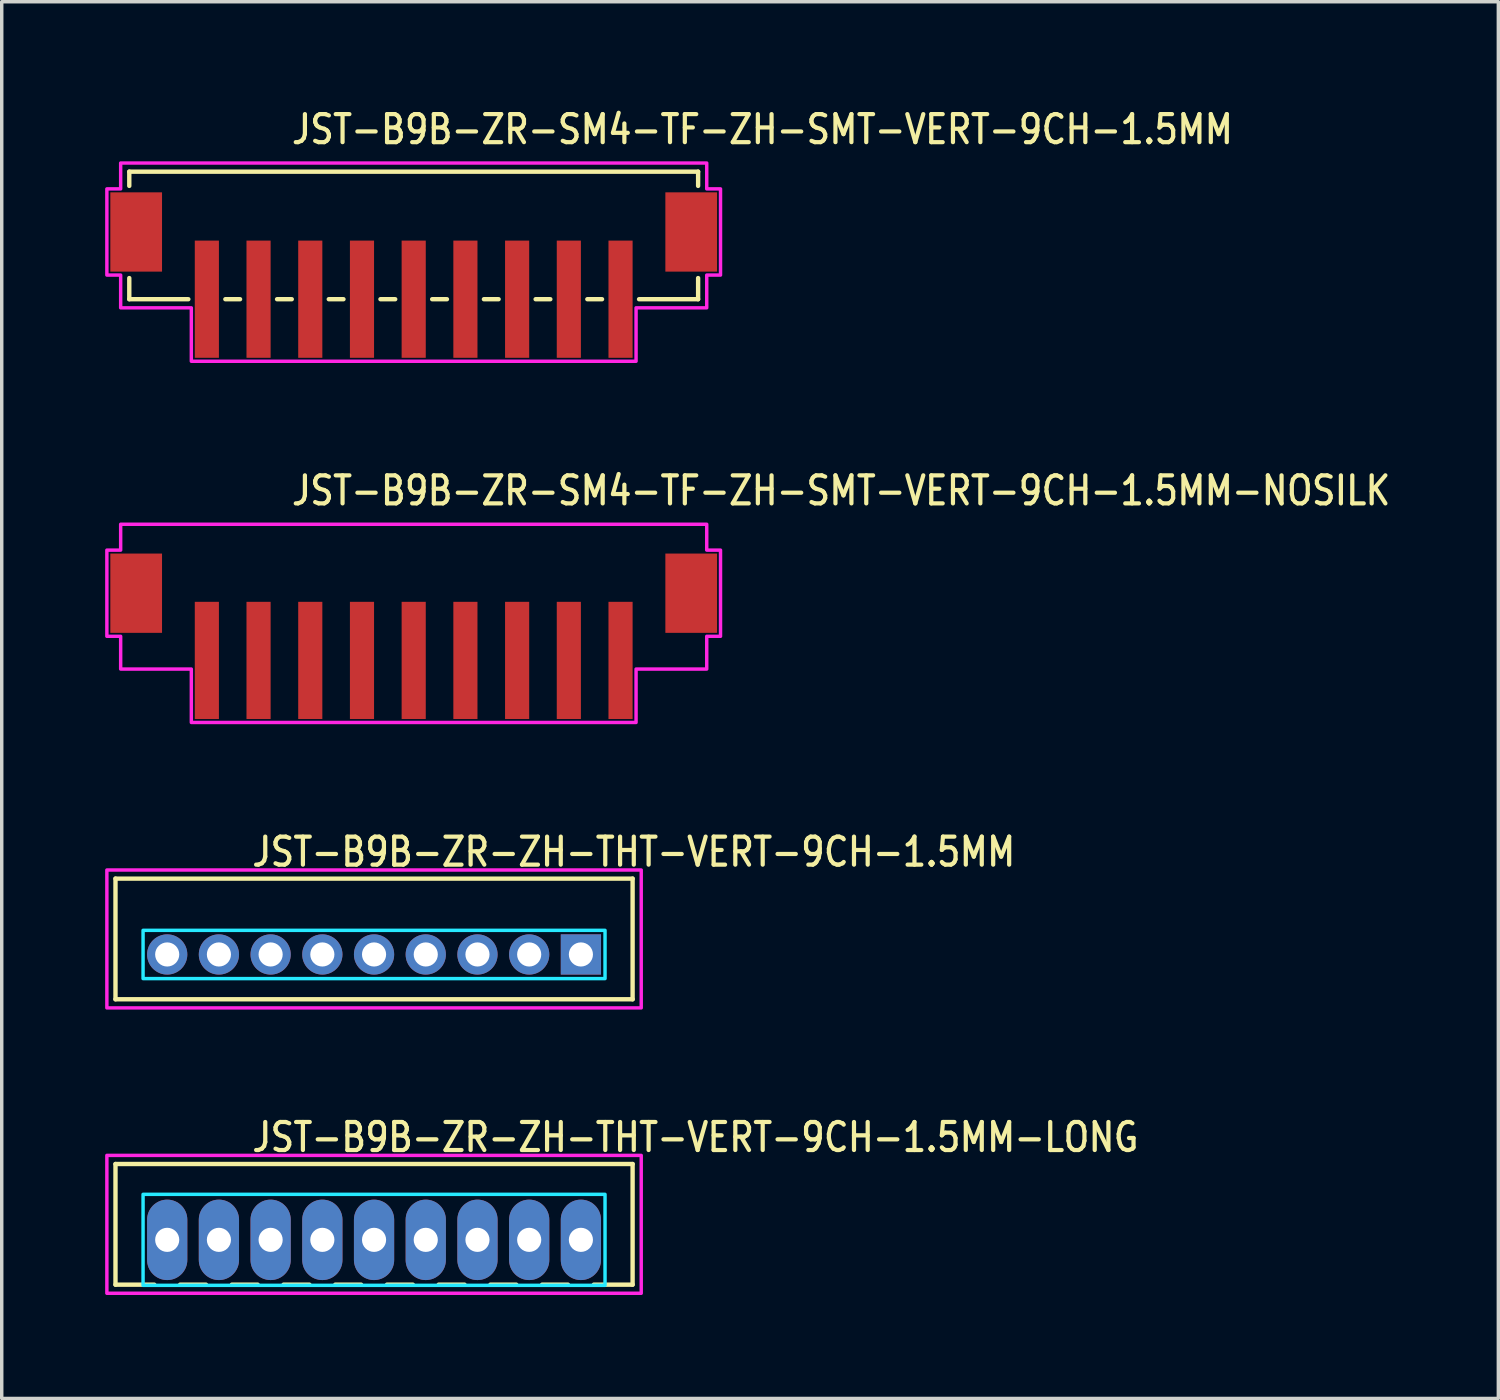
<source format=kicad_pcb>
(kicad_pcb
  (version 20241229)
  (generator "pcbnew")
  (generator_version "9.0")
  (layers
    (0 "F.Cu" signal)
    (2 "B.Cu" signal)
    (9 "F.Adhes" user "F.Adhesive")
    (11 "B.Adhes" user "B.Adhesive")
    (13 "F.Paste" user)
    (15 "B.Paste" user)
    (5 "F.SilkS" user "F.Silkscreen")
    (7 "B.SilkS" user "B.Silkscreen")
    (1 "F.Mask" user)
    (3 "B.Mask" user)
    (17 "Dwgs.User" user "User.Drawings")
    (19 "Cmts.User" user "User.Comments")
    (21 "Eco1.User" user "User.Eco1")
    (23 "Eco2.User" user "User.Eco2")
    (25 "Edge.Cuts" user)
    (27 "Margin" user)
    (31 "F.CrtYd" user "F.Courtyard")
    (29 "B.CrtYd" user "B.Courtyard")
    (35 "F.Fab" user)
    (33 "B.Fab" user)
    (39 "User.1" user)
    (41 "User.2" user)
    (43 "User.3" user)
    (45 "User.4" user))
  (footprint "JST-B9B-ZR-ZH-THT-VERT-9CH-1.5MM-LONG"
    (layer "F.Cu")
    (at 7.8 32.914)
    (property "Reference" "JST-B9B-ZR-ZH-THT-VERT-9CH-1.5MM-LONG" (at -3.6 -2.5 0) (unlocked yes) (layer "F.SilkS") (effects (font (size 0.813 0.695) (thickness 0.122)) (justify left bottom)))
    (fp_line (start -7.5 -2.2) (end 7.5 -2.2) (stroke (width 0.127) (type solid)) (layer "F.SilkS"))
    (fp_line (start -7.5 1.3) (end -7.5 -2.2) (stroke (width 0.127) (type solid)) (layer "F.SilkS"))
    (fp_line (start -7.5 1.3) (end -6.375 1.3) (stroke (width 0.127) (type solid)) (layer "F.SilkS"))
    (fp_line (start -5.625 1.3) (end -4.875 1.3) (stroke (width 0.127) (type solid)) (layer "F.SilkS"))
    (fp_line (start -4.125 1.3) (end -3.375 1.3) (stroke (width 0.127) (type solid)) (layer "F.SilkS"))
    (fp_line (start -2.625 1.3) (end -1.875 1.3) (stroke (width 0.127) (type solid)) (layer "F.SilkS"))
    (fp_line (start -1.125 1.3) (end -0.375 1.3) (stroke (width 0.127) (type solid)) (layer "F.SilkS"))
    (fp_line (start 0.375 1.3) (end 1.125 1.3) (stroke (width 0.127) (type solid)) (layer "F.SilkS"))
    (fp_line (start 1.875 1.3) (end 2.625 1.3) (stroke (width 0.127) (type solid)) (layer "F.SilkS"))
    (fp_line (start 3.375 1.3) (end 4.125 1.3) (stroke (width 0.127) (type solid)) (layer "F.SilkS"))
    (fp_line (start 4.875 1.3) (end 5.625 1.3) (stroke (width 0.127) (type solid)) (layer "F.SilkS"))
    (fp_line (start 6.375 1.3) (end 7.5 1.3) (stroke (width 0.127) (type solid)) (layer "F.SilkS"))
    (fp_line (start 7.5 -2.2) (end 7.5 1.3) (stroke (width 0.127) (type solid)) (layer "F.SilkS"))
    (fp_poly (pts (xy -6.7 -1.32) (xy -6.7 1.32) (xy 6.7 1.32) (xy 6.7 -1.32)) (stroke (width 0.1) (type solid)) (fill no) (layer "B.CrtYd"))
    (fp_poly (pts (xy -7.75 -2.45) (xy -7.75 1.55) (xy 7.75 1.55) (xy 7.75 -2.45)) (stroke (width 0.1) (type solid)) (fill no) (layer "F.CrtYd"))
    (pad "1" thru_hole oval (at 6 0 90) (size 2.333 1.167) (drill 0.7) (layers "*.Cu" "*.Mask"))
    (pad "2" thru_hole oval (at 4.5 0 90) (size 2.333 1.167) (drill 0.7) (layers "*.Cu" "*.Mask"))
    (pad "3" thru_hole oval (at 3 0 90) (size 2.333 1.167) (drill 0.7) (layers "*.Cu" "*.Mask"))
    (pad "4" thru_hole oval (at 1.5 0 90) (size 2.333 1.167) (drill 0.7) (layers "*.Cu" "*.Mask"))
    (pad "5" thru_hole oval (at 0 0 90) (size 2.333 1.167) (drill 0.7) (layers "*.Cu" "*.Mask"))
    (pad "6" thru_hole oval (at -1.5 0 90) (size 2.333 1.167) (drill 0.7) (layers "*.Cu" "*.Mask"))
    (pad "7" thru_hole oval (at -3 0 90) (size 2.333 1.167) (drill 0.7) (layers "*.Cu" "*.Mask"))
    (pad "8" thru_hole oval (at -4.5 0 90) (size 2.333 1.167) (drill 0.7) (layers "*.Cu" "*.Mask"))
    (pad "9" thru_hole oval (at -6 0 90) (size 2.333 1.167) (drill 0.7) (layers "*.Cu" "*.Mask")))
  (footprint "JST-B9B-ZR-SM4-TF-ZH-SMT-VERT-9CH-1.5MM"
    (layer "F.Cu")
    (at 8.95 3.679)
    (property "Reference" "JST-B9B-ZR-SM4-TF-ZH-SMT-VERT-9CH-1.5MM" (at -3.6 -2.5 0) (unlocked yes) (layer "F.SilkS") (effects (font (size 0.813 0.695) (thickness 0.122)) (justify left bottom)))
    (fp_line (start -8.25 -1.75) (end -8.25 -1.337) (stroke (width 0.127) (type solid)) (layer "F.SilkS"))
    (fp_line (start -8.25 -1.75) (end 8.25 -1.75) (stroke (width 0.127) (type solid)) (layer "F.SilkS"))
    (fp_line (start -8.25 1.95) (end -8.25 1.337) (stroke (width 0.127) (type solid)) (layer "F.SilkS"))
    (fp_line (start -8.25 1.95) (end -6.537 1.95) (stroke (width 0.127) (type solid)) (layer "F.SilkS"))
    (fp_line (start -5.463 1.95) (end -5.037 1.95) (stroke (width 0.127) (type solid)) (layer "F.SilkS"))
    (fp_line (start -3.963 1.95) (end -3.537 1.95) (stroke (width 0.127) (type solid)) (layer "F.SilkS"))
    (fp_line (start -2.463 1.95) (end -2.037 1.95) (stroke (width 0.127) (type solid)) (layer "F.SilkS"))
    (fp_line (start -0.964 1.95) (end -0.536 1.95) (stroke (width 0.127) (type solid)) (layer "F.SilkS"))
    (fp_line (start 0.536 1.95) (end 0.964 1.95) (stroke (width 0.127) (type solid)) (layer "F.SilkS"))
    (fp_line (start 2.037 1.95) (end 2.463 1.95) (stroke (width 0.127) (type solid)) (layer "F.SilkS"))
    (fp_line (start 3.537 1.95) (end 3.963 1.95) (stroke (width 0.127) (type solid)) (layer "F.SilkS"))
    (fp_line (start 5.037 1.95) (end 5.463 1.95) (stroke (width 0.127) (type solid)) (layer "F.SilkS"))
    (fp_line (start 6.537 1.95) (end 8.25 1.95) (stroke (width 0.127) (type solid)) (layer "F.SilkS"))
    (fp_line (start 8.25 -1.337) (end 8.25 -1.75) (stroke (width 0.127) (type solid)) (layer "F.SilkS"))
    (fp_line (start 8.25 1.337) (end 8.25 1.95) (stroke (width 0.127) (type solid)) (layer "F.SilkS"))
    (fp_poly (pts (xy -8.5 -2) (xy -8.5 -1.25) (xy -8.9 -1.25) (xy -8.9 1.25) (xy -8.5 1.25) (xy -8.5 2.2) (xy -6.45 2.2) (xy -6.45 3.75) (xy 6.45 3.75) (xy 6.45 2.2) (xy 8.5 2.2) (xy 8.5 1.25) (xy 8.9 1.25) (xy 8.9 -1.25) (xy 8.5 -1.25) (xy 8.5 -2)) (stroke (width 0.1) (type solid)) (fill no) (layer "F.CrtYd"))
    (pad "1" smd rect (at -6 1.95) (size 0.7 3.4) (layers "F.Cu" "F.Mask" "F.Paste"))
    (pad "2" smd rect (at -4.5 1.95) (size 0.7 3.4) (layers "F.Cu" "F.Mask" "F.Paste"))
    (pad "3" smd rect (at -3 1.95) (size 0.7 3.4) (layers "F.Cu" "F.Mask" "F.Paste"))
    (pad "4" smd rect (at -1.5 1.95) (size 0.7 3.4) (layers "F.Cu" "F.Mask" "F.Paste"))
    (pad "5" smd rect (at 0 1.95) (size 0.7 3.4) (layers "F.Cu" "F.Mask" "F.Paste"))
    (pad "6" smd rect (at 1.5 1.95) (size 0.7 3.4) (layers "F.Cu" "F.Mask" "F.Paste"))
    (pad "7" smd rect (at 3 1.95) (size 0.7 3.4) (layers "F.Cu" "F.Mask" "F.Paste"))
    (pad "8" smd rect (at 4.5 1.95) (size 0.7 3.4) (layers "F.Cu" "F.Mask" "F.Paste"))
    (pad "9" smd rect (at 6 1.95) (size 0.7 3.4) (layers "F.Cu" "F.Mask" "F.Paste"))
    (pad "S_10" smd rect (at 8.05 0) (size 1.5 2.3) (layers "F.Cu" "F.Mask" "F.Paste"))
    (pad "S_11" smd rect (at -8.05 0) (size 1.5 2.3) (layers "F.Cu" "F.Mask" "F.Paste")))
  (footprint "JST-B9B-ZR-SM4-TF-ZH-SMT-VERT-9CH-1.5MM-NOSILK"
    (layer "F.Cu")
    (at 8.95 14.157)
    (property "Reference" "JST-B9B-ZR-SM4-TF-ZH-SMT-VERT-9CH-1.5MM-NOSILK" (at -3.6 -2.5 0) (unlocked yes) (layer "F.SilkS") (effects (font (size 0.813 0.695) (thickness 0.122)) (justify left bottom)))
    (fp_poly (pts (xy -8.5 -2) (xy -8.5 -1.25) (xy -8.9 -1.25) (xy -8.9 1.25) (xy -8.5 1.25) (xy -8.5 2.2) (xy -6.45 2.2) (xy -6.45 3.75) (xy 6.45 3.75) (xy 6.45 2.2) (xy 8.5 2.2) (xy 8.5 1.25) (xy 8.9 1.25) (xy 8.9 -1.25) (xy 8.5 -1.25) (xy 8.5 -2)) (stroke (width 0.1) (type solid)) (fill no) (layer "F.CrtYd"))
    (pad "1" smd rect (at -6 1.95) (size 0.7 3.4) (layers "F.Cu" "F.Mask" "F.Paste"))
    (pad "2" smd rect (at -4.5 1.95) (size 0.7 3.4) (layers "F.Cu" "F.Mask" "F.Paste"))
    (pad "3" smd rect (at -3 1.95) (size 0.7 3.4) (layers "F.Cu" "F.Mask" "F.Paste"))
    (pad "4" smd rect (at -1.5 1.95) (size 0.7 3.4) (layers "F.Cu" "F.Mask" "F.Paste"))
    (pad "5" smd rect (at 0 1.95) (size 0.7 3.4) (layers "F.Cu" "F.Mask" "F.Paste"))
    (pad "6" smd rect (at 1.5 1.95) (size 0.7 3.4) (layers "F.Cu" "F.Mask" "F.Paste"))
    (pad "7" smd rect (at 3 1.95) (size 0.7 3.4) (layers "F.Cu" "F.Mask" "F.Paste"))
    (pad "8" smd rect (at 4.5 1.95) (size 0.7 3.4) (layers "F.Cu" "F.Mask" "F.Paste"))
    (pad "9" smd rect (at 6 1.95) (size 0.7 3.4) (layers "F.Cu" "F.Mask" "F.Paste"))
    (pad "10" smd rect (at 8.05 0) (size 1.5 2.3) (layers "F.Cu" "F.Mask" "F.Paste"))
    (pad "11" smd rect (at -8.05 0) (size 1.5 2.3) (layers "F.Cu" "F.Mask" "F.Paste")))
  (footprint "JST-B9B-ZR-ZH-THT-VERT-9CH-1.5MM"
    (layer "F.Cu")
    (at 7.8 24.636)
    (property "Reference" "JST-B9B-ZR-ZH-THT-VERT-9CH-1.5MM" (at -3.6 -2.5 0) (unlocked yes) (layer "F.SilkS") (effects (font (size 0.813 0.695) (thickness 0.122)) (justify left bottom)))
    (fp_line (start -7.5 -2.2) (end 7.5 -2.2) (stroke (width 0.127) (type solid)) (layer "F.SilkS"))
    (fp_line (start -7.5 1.3) (end -7.5 -2.2) (stroke (width 0.127) (type solid)) (layer "F.SilkS"))
    (fp_line (start -7.5 1.3) (end 7.5 1.3) (stroke (width 0.127) (type solid)) (layer "F.SilkS"))
    (fp_line (start 7.5 -2.2) (end 7.5 1.3) (stroke (width 0.127) (type solid)) (layer "F.SilkS"))
    (fp_poly (pts (xy -6.7 -0.7) (xy -6.7 0.7) (xy 6.7 0.7) (xy 6.7 -0.7)) (stroke (width 0.1) (type solid)) (fill no) (layer "B.CrtYd"))
    (fp_poly (pts (xy -7.75 -2.45) (xy -7.75 1.55) (xy 7.75 1.55) (xy 7.75 -2.45)) (stroke (width 0.1) (type solid)) (fill no) (layer "F.CrtYd"))
    (pad "1" thru_hole rect (at 6 0) (size 1.167 1.167) (drill 0.7) (layers "*.Cu" "*.Mask"))
    (pad "2" thru_hole oval (at 4.5 0) (size 1.167 1.167) (drill 0.7) (layers "*.Cu" "*.Mask"))
    (pad "3" thru_hole oval (at 3 0) (size 1.167 1.167) (drill 0.7) (layers "*.Cu" "*.Mask"))
    (pad "4" thru_hole oval (at 1.5 0) (size 1.167 1.167) (drill 0.7) (layers "*.Cu" "*.Mask"))
    (pad "5" thru_hole oval (at 0 0) (size 1.167 1.167) (drill 0.7) (layers "*.Cu" "*.Mask"))
    (pad "6" thru_hole oval (at -1.5 0) (size 1.167 1.167) (drill 0.7) (layers "*.Cu" "*.Mask"))
    (pad "7" thru_hole oval (at -3 0) (size 1.167 1.167) (drill 0.7) (layers "*.Cu" "*.Mask"))
    (pad "8" thru_hole oval (at -4.5 0) (size 1.167 1.167) (drill 0.7) (layers "*.Cu" "*.Mask"))
    (pad "9" thru_hole oval (at -6 0) (size 1.167 1.167) (drill 0.7) (layers "*.Cu" "*.Mask")))
  (gr_rect
    (start -3 -3)
    (end 40.412 37.514)
    (stroke (width 0.1) (type default))
    (fill no)
    (layer "Edge.Cuts")))
</source>
